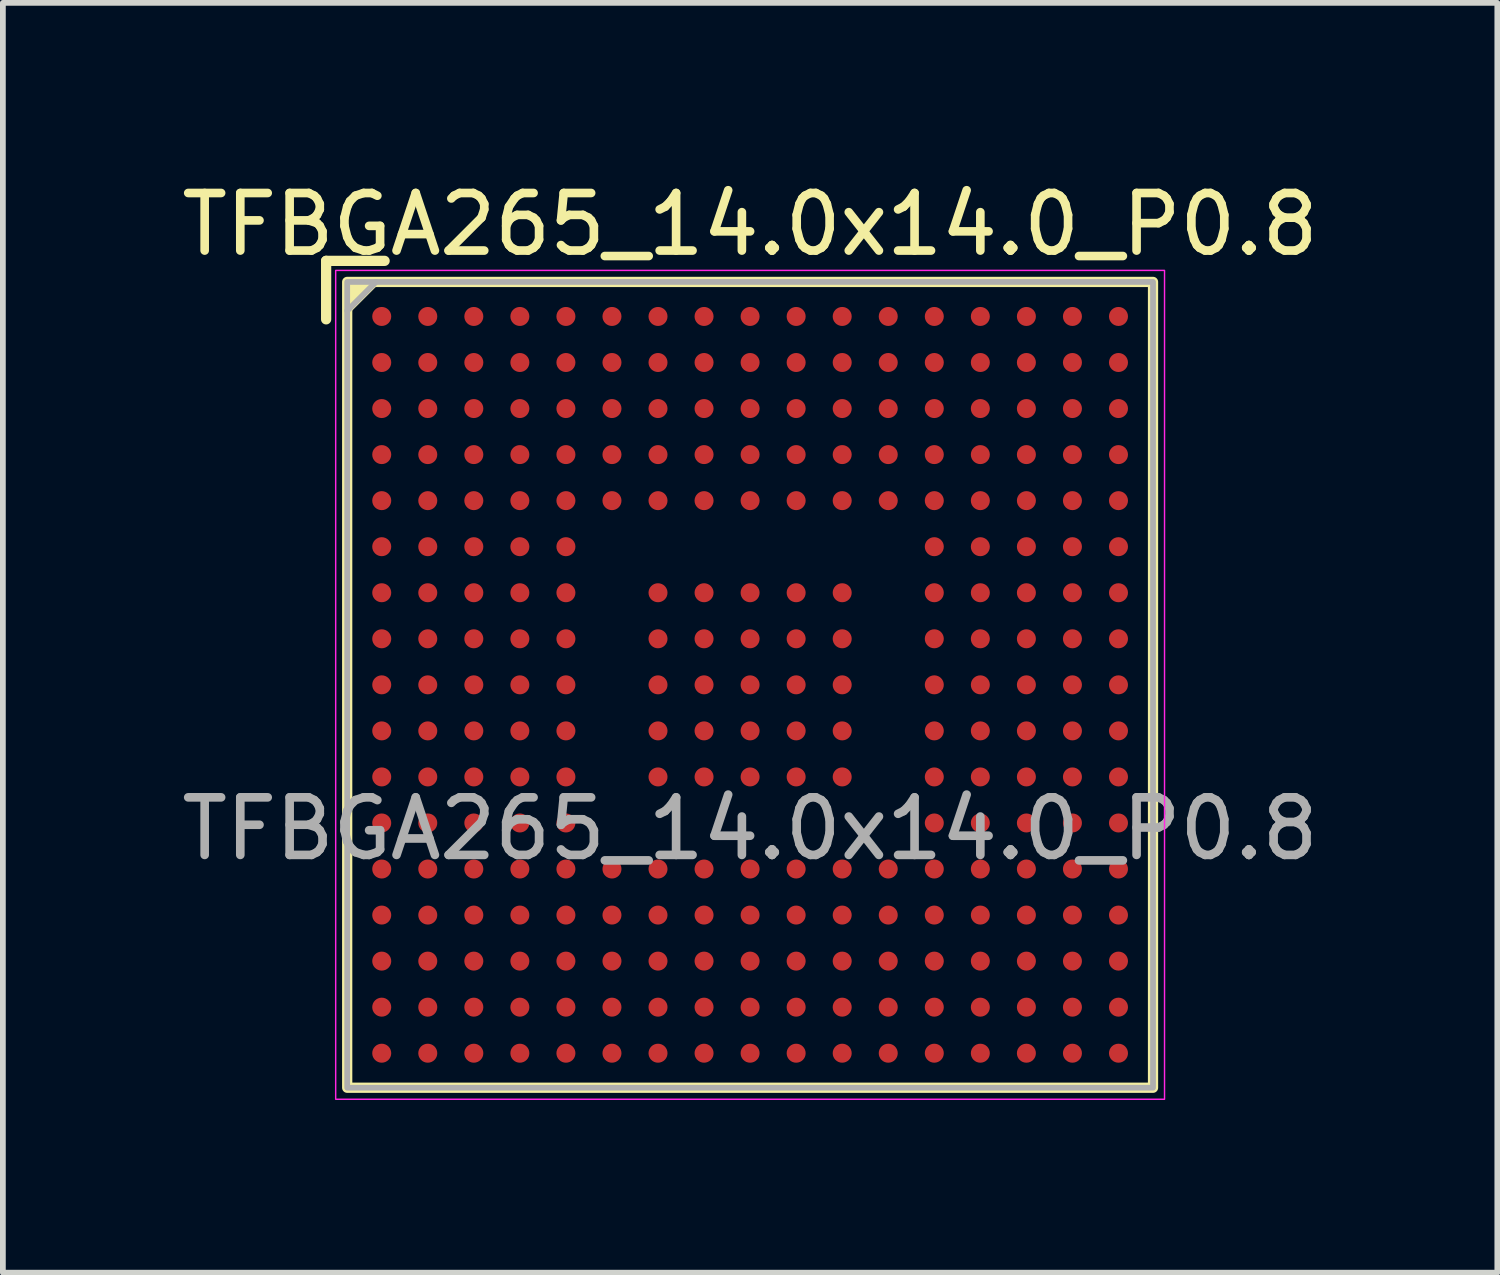
<source format=kicad_pcb>
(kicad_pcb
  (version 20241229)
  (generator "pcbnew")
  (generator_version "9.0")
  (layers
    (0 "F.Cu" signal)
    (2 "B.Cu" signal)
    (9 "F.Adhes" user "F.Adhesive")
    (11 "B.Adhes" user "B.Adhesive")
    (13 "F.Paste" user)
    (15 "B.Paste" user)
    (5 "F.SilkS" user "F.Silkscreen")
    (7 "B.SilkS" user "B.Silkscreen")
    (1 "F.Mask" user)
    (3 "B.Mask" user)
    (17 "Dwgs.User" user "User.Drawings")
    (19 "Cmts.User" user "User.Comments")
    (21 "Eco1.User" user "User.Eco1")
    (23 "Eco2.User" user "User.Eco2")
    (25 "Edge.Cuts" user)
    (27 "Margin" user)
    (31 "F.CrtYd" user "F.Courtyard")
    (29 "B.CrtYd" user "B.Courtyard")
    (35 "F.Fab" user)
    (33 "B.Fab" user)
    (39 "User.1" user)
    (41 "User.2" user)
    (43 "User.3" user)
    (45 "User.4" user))
  (footprint "TFBGA265_14.0x14.0_P0.8"
    (layer "F.Cu")
    (at 9.982 8.848)
    (property "Reference" "TFBGA265_14.0x14.0_P0.8" (at 0 -8 0) (unlocked yes) (layer "F.SilkS") (effects (font (size 1 1) (thickness 0.15))))
    (attr smd)
    (fp_line (start -7.366 -7.366) (end -6.35 -7.366) (stroke (width 0.178) (type solid)) (layer "F.SilkS"))
    (fp_line (start -7.366 -6.35) (end -7.366 -7.366) (stroke (width 0.178) (type solid)) (layer "F.SilkS"))
    (fp_rect (start -7 -7) (end 7 7) (stroke (width 0.178) (type solid)) (fill no) (layer "F.SilkS"))
    (fp_poly (pts (xy -7 -6.5) (xy -7 -7) (xy -6.5 -7)) (stroke (width 0.12) (type solid)) (fill yes) (layer "F.SilkS"))
    (fp_rect (start -7.2 -7.2) (end 7.2 7.2) (stroke (width 0.025) (type solid)) (fill no) (layer "F.CrtYd"))
    (fp_line (start -7 -6.5) (end -6.5 -7) (stroke (width 0.1) (type solid)) (layer "F.Fab"))
    (fp_rect (start -7 -7) (end 7 7) (stroke (width 0.1) (type solid)) (fill no) (layer "F.Fab"))
    (fp_text user "${REFERENCE}" (at 0 2.5 0) (unlocked yes) (layer "F.Fab") (effects (font (size 1 1) (thickness 0.15))))
    (pad "A1" smd circle (at -6.4 -6.4) (size 0.33 0.33) (layers "F.Cu" "F.Mask" "F.Paste"))
    (pad "A2" smd circle (at -5.6 -6.4) (size 0.33 0.33) (layers "F.Cu" "F.Mask" "F.Paste"))
    (pad "A3" smd circle (at -4.8 -6.4) (size 0.33 0.33) (layers "F.Cu" "F.Mask" "F.Paste"))
    (pad "A4" smd circle (at -4 -6.4) (size 0.33 0.33) (layers "F.Cu" "F.Mask" "F.Paste"))
    (pad "A5" smd circle (at -3.2 -6.4) (size 0.33 0.33) (layers "F.Cu" "F.Mask" "F.Paste"))
    (pad "A6" smd circle (at -2.4 -6.4) (size 0.33 0.33) (layers "F.Cu" "F.Mask" "F.Paste"))
    (pad "A7" smd circle (at -1.6 -6.4) (size 0.33 0.33) (layers "F.Cu" "F.Mask" "F.Paste"))
    (pad "A8" smd circle (at -0.8 -6.4) (size 0.33 0.33) (layers "F.Cu" "F.Mask" "F.Paste"))
    (pad "A9" smd circle (at 0 -6.4) (size 0.33 0.33) (layers "F.Cu" "F.Mask" "F.Paste"))
    (pad "A10" smd circle (at 0.8 -6.4) (size 0.33 0.33) (layers "F.Cu" "F.Mask" "F.Paste"))
    (pad "A11" smd circle (at 1.6 -6.4) (size 0.33 0.33) (layers "F.Cu" "F.Mask" "F.Paste"))
    (pad "A12" smd circle (at 2.4 -6.4) (size 0.33 0.33) (layers "F.Cu" "F.Mask" "F.Paste"))
    (pad "A13" smd circle (at 3.2 -6.4) (size 0.33 0.33) (layers "F.Cu" "F.Mask" "F.Paste"))
    (pad "A14" smd circle (at 4 -6.4) (size 0.33 0.33) (layers "F.Cu" "F.Mask" "F.Paste"))
    (pad "A15" smd circle (at 4.8 -6.4) (size 0.33 0.33) (layers "F.Cu" "F.Mask" "F.Paste"))
    (pad "A16" smd circle (at 5.6 -6.4) (size 0.33 0.33) (layers "F.Cu" "F.Mask" "F.Paste"))
    (pad "A17" smd circle (at 6.4 -6.4) (size 0.33 0.33) (layers "F.Cu" "F.Mask" "F.Paste"))
    (pad "B1" smd circle (at -6.4 -5.6) (size 0.33 0.33) (layers "F.Cu" "F.Mask" "F.Paste"))
    (pad "B2" smd circle (at -5.6 -5.6) (size 0.33 0.33) (layers "F.Cu" "F.Mask" "F.Paste"))
    (pad "B3" smd circle (at -4.8 -5.6) (size 0.33 0.33) (layers "F.Cu" "F.Mask" "F.Paste"))
    (pad "B4" smd circle (at -4 -5.6) (size 0.33 0.33) (layers "F.Cu" "F.Mask" "F.Paste"))
    (pad "B5" smd circle (at -3.2 -5.6) (size 0.33 0.33) (layers "F.Cu" "F.Mask" "F.Paste"))
    (pad "B6" smd circle (at -2.4 -5.6) (size 0.33 0.33) (layers "F.Cu" "F.Mask" "F.Paste"))
    (pad "B7" smd circle (at -1.6 -5.6) (size 0.33 0.33) (layers "F.Cu" "F.Mask" "F.Paste"))
    (pad "B8" smd circle (at -0.8 -5.6) (size 0.33 0.33) (layers "F.Cu" "F.Mask" "F.Paste"))
    (pad "B9" smd circle (at 0 -5.6) (size 0.33 0.33) (layers "F.Cu" "F.Mask" "F.Paste"))
    (pad "B10" smd circle (at 0.8 -5.6) (size 0.33 0.33) (layers "F.Cu" "F.Mask" "F.Paste"))
    (pad "B11" smd circle (at 1.6 -5.6) (size 0.33 0.33) (layers "F.Cu" "F.Mask" "F.Paste"))
    (pad "B12" smd circle (at 2.4 -5.6) (size 0.33 0.33) (layers "F.Cu" "F.Mask" "F.Paste"))
    (pad "B13" smd circle (at 3.2 -5.6) (size 0.33 0.33) (layers "F.Cu" "F.Mask" "F.Paste"))
    (pad "B14" smd circle (at 4 -5.6) (size 0.33 0.33) (layers "F.Cu" "F.Mask" "F.Paste"))
    (pad "B15" smd circle (at 4.8 -5.6) (size 0.33 0.33) (layers "F.Cu" "F.Mask" "F.Paste"))
    (pad "B16" smd circle (at 5.6 -5.6) (size 0.33 0.33) (layers "F.Cu" "F.Mask" "F.Paste"))
    (pad "B17" smd circle (at 6.4 -5.6) (size 0.33 0.33) (layers "F.Cu" "F.Mask" "F.Paste"))
    (pad "C1" smd circle (at -6.4 -4.8) (size 0.33 0.33) (layers "F.Cu" "F.Mask" "F.Paste"))
    (pad "C2" smd circle (at -5.6 -4.8) (size 0.33 0.33) (layers "F.Cu" "F.Mask" "F.Paste"))
    (pad "C3" smd circle (at -4.8 -4.8) (size 0.33 0.33) (layers "F.Cu" "F.Mask" "F.Paste"))
    (pad "C4" smd circle (at -4 -4.8) (size 0.33 0.33) (layers "F.Cu" "F.Mask" "F.Paste"))
    (pad "C5" smd circle (at -3.2 -4.8) (size 0.33 0.33) (layers "F.Cu" "F.Mask" "F.Paste"))
    (pad "C6" smd circle (at -2.4 -4.8) (size 0.33 0.33) (layers "F.Cu" "F.Mask" "F.Paste"))
    (pad "C7" smd circle (at -1.6 -4.8) (size 0.33 0.33) (layers "F.Cu" "F.Mask" "F.Paste"))
    (pad "C8" smd circle (at -0.8 -4.8) (size 0.33 0.33) (layers "F.Cu" "F.Mask" "F.Paste"))
    (pad "C9" smd circle (at 0 -4.8) (size 0.33 0.33) (layers "F.Cu" "F.Mask" "F.Paste"))
    (pad "C10" smd circle (at 0.8 -4.8) (size 0.33 0.33) (layers "F.Cu" "F.Mask" "F.Paste"))
    (pad "C11" smd circle (at 1.6 -4.8) (size 0.33 0.33) (layers "F.Cu" "F.Mask" "F.Paste"))
    (pad "C12" smd circle (at 2.4 -4.8) (size 0.33 0.33) (layers "F.Cu" "F.Mask" "F.Paste"))
    (pad "C13" smd circle (at 3.2 -4.8) (size 0.33 0.33) (layers "F.Cu" "F.Mask" "F.Paste"))
    (pad "C14" smd circle (at 4 -4.8) (size 0.33 0.33) (layers "F.Cu" "F.Mask" "F.Paste"))
    (pad "C15" smd circle (at 4.8 -4.8) (size 0.33 0.33) (layers "F.Cu" "F.Mask" "F.Paste"))
    (pad "C16" smd circle (at 5.6 -4.8) (size 0.33 0.33) (layers "F.Cu" "F.Mask" "F.Paste"))
    (pad "C17" smd circle (at 6.4 -4.8) (size 0.33 0.33) (layers "F.Cu" "F.Mask" "F.Paste"))
    (pad "D1" smd circle (at -6.4 -4) (size 0.33 0.33) (layers "F.Cu" "F.Mask" "F.Paste"))
    (pad "D2" smd circle (at -5.6 -4) (size 0.33 0.33) (layers "F.Cu" "F.Mask" "F.Paste"))
    (pad "D3" smd circle (at -4.8 -4) (size 0.33 0.33) (layers "F.Cu" "F.Mask" "F.Paste"))
    (pad "D4" smd circle (at -4 -4) (size 0.33 0.33) (layers "F.Cu" "F.Mask" "F.Paste"))
    (pad "D5" smd circle (at -3.2 -4) (size 0.33 0.33) (layers "F.Cu" "F.Mask" "F.Paste"))
    (pad "D6" smd circle (at -2.4 -4) (size 0.33 0.33) (layers "F.Cu" "F.Mask" "F.Paste"))
    (pad "D7" smd circle (at -1.6 -4) (size 0.33 0.33) (layers "F.Cu" "F.Mask" "F.Paste"))
    (pad "D8" smd circle (at -0.8 -4) (size 0.33 0.33) (layers "F.Cu" "F.Mask" "F.Paste"))
    (pad "D9" smd circle (at 0 -4) (size 0.33 0.33) (layers "F.Cu" "F.Mask" "F.Paste"))
    (pad "D10" smd circle (at 0.8 -4) (size 0.33 0.33) (layers "F.Cu" "F.Mask" "F.Paste"))
    (pad "D11" smd circle (at 1.6 -4) (size 0.33 0.33) (layers "F.Cu" "F.Mask" "F.Paste"))
    (pad "D12" smd circle (at 2.4 -4) (size 0.33 0.33) (layers "F.Cu" "F.Mask" "F.Paste"))
    (pad "D13" smd circle (at 3.2 -4) (size 0.33 0.33) (layers "F.Cu" "F.Mask" "F.Paste"))
    (pad "D14" smd circle (at 4 -4) (size 0.33 0.33) (layers "F.Cu" "F.Mask" "F.Paste"))
    (pad "D15" smd circle (at 4.8 -4) (size 0.33 0.33) (layers "F.Cu" "F.Mask" "F.Paste"))
    (pad "D16" smd circle (at 5.6 -4) (size 0.33 0.33) (layers "F.Cu" "F.Mask" "F.Paste"))
    (pad "D17" smd circle (at 6.4 -4) (size 0.33 0.33) (layers "F.Cu" "F.Mask" "F.Paste"))
    (pad "E1" smd circle (at -6.4 -3.2) (size 0.33 0.33) (layers "F.Cu" "F.Mask" "F.Paste"))
    (pad "E2" smd circle (at -5.6 -3.2) (size 0.33 0.33) (layers "F.Cu" "F.Mask" "F.Paste"))
    (pad "E3" smd circle (at -4.8 -3.2) (size 0.33 0.33) (layers "F.Cu" "F.Mask" "F.Paste"))
    (pad "E4" smd circle (at -4 -3.2) (size 0.33 0.33) (layers "F.Cu" "F.Mask" "F.Paste"))
    (pad "E5" smd circle (at -3.2 -3.2) (size 0.33 0.33) (layers "F.Cu" "F.Mask" "F.Paste"))
    (pad "E6" smd circle (at -2.4 -3.2) (size 0.33 0.33) (layers "F.Cu" "F.Mask" "F.Paste"))
    (pad "E7" smd circle (at -1.6 -3.2) (size 0.33 0.33) (layers "F.Cu" "F.Mask" "F.Paste"))
    (pad "E8" smd circle (at -0.8 -3.2) (size 0.33 0.33) (layers "F.Cu" "F.Mask" "F.Paste"))
    (pad "E9" smd circle (at 0 -3.2) (size 0.33 0.33) (layers "F.Cu" "F.Mask" "F.Paste"))
    (pad "E10" smd circle (at 0.8 -3.2) (size 0.33 0.33) (layers "F.Cu" "F.Mask" "F.Paste"))
    (pad "E11" smd circle (at 1.6 -3.2) (size 0.33 0.33) (layers "F.Cu" "F.Mask" "F.Paste"))
    (pad "E12" smd circle (at 2.4 -3.2) (size 0.33 0.33) (layers "F.Cu" "F.Mask" "F.Paste"))
    (pad "E13" smd circle (at 3.2 -3.2) (size 0.33 0.33) (layers "F.Cu" "F.Mask" "F.Paste"))
    (pad "E14" smd circle (at 4 -3.2) (size 0.33 0.33) (layers "F.Cu" "F.Mask" "F.Paste"))
    (pad "E15" smd circle (at 4.8 -3.2) (size 0.33 0.33) (layers "F.Cu" "F.Mask" "F.Paste"))
    (pad "E16" smd circle (at 5.6 -3.2) (size 0.33 0.33) (layers "F.Cu" "F.Mask" "F.Paste"))
    (pad "E17" smd circle (at 6.4 -3.2) (size 0.33 0.33) (layers "F.Cu" "F.Mask" "F.Paste"))
    (pad "F1" smd circle (at -6.4 -2.4) (size 0.33 0.33) (layers "F.Cu" "F.Mask" "F.Paste"))
    (pad "F2" smd circle (at -5.6 -2.4) (size 0.33 0.33) (layers "F.Cu" "F.Mask" "F.Paste"))
    (pad "F3" smd circle (at -4.8 -2.4) (size 0.33 0.33) (layers "F.Cu" "F.Mask" "F.Paste"))
    (pad "F4" smd circle (at -4 -2.4) (size 0.33 0.33) (layers "F.Cu" "F.Mask" "F.Paste"))
    (pad "F5" smd circle (at -3.2 -2.4) (size 0.33 0.33) (layers "F.Cu" "F.Mask" "F.Paste"))
    (pad "F13" smd circle (at 3.2 -2.4) (size 0.33 0.33) (layers "F.Cu" "F.Mask" "F.Paste"))
    (pad "F14" smd circle (at 4 -2.4) (size 0.33 0.33) (layers "F.Cu" "F.Mask" "F.Paste"))
    (pad "F15" smd circle (at 4.8 -2.4) (size 0.33 0.33) (layers "F.Cu" "F.Mask" "F.Paste"))
    (pad "F16" smd circle (at 5.6 -2.4) (size 0.33 0.33) (layers "F.Cu" "F.Mask" "F.Paste"))
    (pad "F17" smd circle (at 6.4 -2.4) (size 0.33 0.33) (layers "F.Cu" "F.Mask" "F.Paste"))
    (pad "G1" smd circle (at -6.4 -1.6) (size 0.33 0.33) (layers "F.Cu" "F.Mask" "F.Paste"))
    (pad "G2" smd circle (at -5.6 -1.6) (size 0.33 0.33) (layers "F.Cu" "F.Mask" "F.Paste"))
    (pad "G3" smd circle (at -4.8 -1.6) (size 0.33 0.33) (layers "F.Cu" "F.Mask" "F.Paste"))
    (pad "G4" smd circle (at -4 -1.6) (size 0.33 0.33) (layers "F.Cu" "F.Mask" "F.Paste"))
    (pad "G5" smd circle (at -3.2 -1.6) (size 0.33 0.33) (layers "F.Cu" "F.Mask" "F.Paste"))
    (pad "G7" smd circle (at -1.6 -1.6) (size 0.33 0.33) (layers "F.Cu" "F.Mask" "F.Paste"))
    (pad "G8" smd circle (at -0.8 -1.6) (size 0.33 0.33) (layers "F.Cu" "F.Mask" "F.Paste"))
    (pad "G9" smd circle (at 0 -1.6) (size 0.33 0.33) (layers "F.Cu" "F.Mask" "F.Paste"))
    (pad "G10" smd circle (at 0.8 -1.6) (size 0.33 0.33) (layers "F.Cu" "F.Mask" "F.Paste"))
    (pad "G11" smd circle (at 1.6 -1.6) (size 0.33 0.33) (layers "F.Cu" "F.Mask" "F.Paste"))
    (pad "G13" smd circle (at 3.2 -1.6) (size 0.33 0.33) (layers "F.Cu" "F.Mask" "F.Paste"))
    (pad "G14" smd circle (at 4 -1.6) (size 0.33 0.33) (layers "F.Cu" "F.Mask" "F.Paste"))
    (pad "G15" smd circle (at 4.8 -1.6) (size 0.33 0.33) (layers "F.Cu" "F.Mask" "F.Paste"))
    (pad "G16" smd circle (at 5.6 -1.6) (size 0.33 0.33) (layers "F.Cu" "F.Mask" "F.Paste"))
    (pad "G17" smd circle (at 6.4 -1.6) (size 0.33 0.33) (layers "F.Cu" "F.Mask" "F.Paste"))
    (pad "H1" smd circle (at -6.4 -0.8) (size 0.33 0.33) (layers "F.Cu" "F.Mask" "F.Paste"))
    (pad "H2" smd circle (at -5.6 -0.8) (size 0.33 0.33) (layers "F.Cu" "F.Mask" "F.Paste"))
    (pad "H3" smd circle (at -4.8 -0.8) (size 0.33 0.33) (layers "F.Cu" "F.Mask" "F.Paste"))
    (pad "H4" smd circle (at -4 -0.8) (size 0.33 0.33) (layers "F.Cu" "F.Mask" "F.Paste"))
    (pad "H5" smd circle (at -3.2 -0.8) (size 0.33 0.33) (layers "F.Cu" "F.Mask" "F.Paste"))
    (pad "H7" smd circle (at -1.6 -0.8) (size 0.33 0.33) (layers "F.Cu" "F.Mask" "F.Paste"))
    (pad "H8" smd circle (at -0.8 -0.8) (size 0.33 0.33) (layers "F.Cu" "F.Mask" "F.Paste"))
    (pad "H9" smd circle (at 0 -0.8) (size 0.33 0.33) (layers "F.Cu" "F.Mask" "F.Paste"))
    (pad "H10" smd circle (at 0.8 -0.8) (size 0.33 0.33) (layers "F.Cu" "F.Mask" "F.Paste"))
    (pad "H11" smd circle (at 1.6 -0.8) (size 0.33 0.33) (layers "F.Cu" "F.Mask" "F.Paste"))
    (pad "H13" smd circle (at 3.2 -0.8) (size 0.33 0.33) (layers "F.Cu" "F.Mask" "F.Paste"))
    (pad "H14" smd circle (at 4 -0.8) (size 0.33 0.33) (layers "F.Cu" "F.Mask" "F.Paste"))
    (pad "H15" smd circle (at 4.8 -0.8) (size 0.33 0.33) (layers "F.Cu" "F.Mask" "F.Paste"))
    (pad "H16" smd circle (at 5.6 -0.8) (size 0.33 0.33) (layers "F.Cu" "F.Mask" "F.Paste"))
    (pad "H17" smd circle (at 6.4 -0.8) (size 0.33 0.33) (layers "F.Cu" "F.Mask" "F.Paste"))
    (pad "J1" smd circle (at -6.4 0) (size 0.33 0.33) (layers "F.Cu" "F.Mask" "F.Paste"))
    (pad "J2" smd circle (at -5.6 0) (size 0.33 0.33) (layers "F.Cu" "F.Mask" "F.Paste"))
    (pad "J3" smd circle (at -4.8 0) (size 0.33 0.33) (layers "F.Cu" "F.Mask" "F.Paste"))
    (pad "J4" smd circle (at -4 0) (size 0.33 0.33) (layers "F.Cu" "F.Mask" "F.Paste"))
    (pad "J5" smd circle (at -3.2 0) (size 0.33 0.33) (layers "F.Cu" "F.Mask" "F.Paste"))
    (pad "J7" smd circle (at -1.6 0) (size 0.33 0.33) (layers "F.Cu" "F.Mask" "F.Paste"))
    (pad "J8" smd circle (at -0.8 0) (size 0.33 0.33) (layers "F.Cu" "F.Mask" "F.Paste"))
    (pad "J9" smd circle (at 0 0) (size 0.33 0.33) (layers "F.Cu" "F.Mask" "F.Paste"))
    (pad "J10" smd circle (at 0.8 0) (size 0.33 0.33) (layers "F.Cu" "F.Mask" "F.Paste"))
    (pad "J11" smd circle (at 1.6 0) (size 0.33 0.33) (layers "F.Cu" "F.Mask" "F.Paste"))
    (pad "J13" smd circle (at 3.2 0) (size 0.33 0.33) (layers "F.Cu" "F.Mask" "F.Paste"))
    (pad "J14" smd circle (at 4 0) (size 0.33 0.33) (layers "F.Cu" "F.Mask" "F.Paste"))
    (pad "J15" smd circle (at 4.8 0) (size 0.33 0.33) (layers "F.Cu" "F.Mask" "F.Paste"))
    (pad "J16" smd circle (at 5.6 0) (size 0.33 0.33) (layers "F.Cu" "F.Mask" "F.Paste"))
    (pad "J17" smd circle (at 6.4 0) (size 0.33 0.33) (layers "F.Cu" "F.Mask" "F.Paste"))
    (pad "K1" smd circle (at -6.4 0.8) (size 0.33 0.33) (layers "F.Cu" "F.Mask" "F.Paste"))
    (pad "K2" smd circle (at -5.6 0.8) (size 0.33 0.33) (layers "F.Cu" "F.Mask" "F.Paste"))
    (pad "K3" smd circle (at -4.8 0.8) (size 0.33 0.33) (layers "F.Cu" "F.Mask" "F.Paste"))
    (pad "K4" smd circle (at -4 0.8) (size 0.33 0.33) (layers "F.Cu" "F.Mask" "F.Paste"))
    (pad "K5" smd circle (at -3.2 0.8) (size 0.33 0.33) (layers "F.Cu" "F.Mask" "F.Paste"))
    (pad "K7" smd circle (at -1.6 0.8) (size 0.33 0.33) (layers "F.Cu" "F.Mask" "F.Paste"))
    (pad "K8" smd circle (at -0.8 0.8) (size 0.33 0.33) (layers "F.Cu" "F.Mask" "F.Paste"))
    (pad "K9" smd circle (at 0 0.8) (size 0.33 0.33) (layers "F.Cu" "F.Mask" "F.Paste"))
    (pad "K10" smd circle (at 0.8 0.8) (size 0.33 0.33) (layers "F.Cu" "F.Mask" "F.Paste"))
    (pad "K11" smd circle (at 1.6 0.8) (size 0.33 0.33) (layers "F.Cu" "F.Mask" "F.Paste"))
    (pad "K13" smd circle (at 3.2 0.8) (size 0.33 0.33) (layers "F.Cu" "F.Mask" "F.Paste"))
    (pad "K14" smd circle (at 4 0.8) (size 0.33 0.33) (layers "F.Cu" "F.Mask" "F.Paste"))
    (pad "K15" smd circle (at 4.8 0.8) (size 0.33 0.33) (layers "F.Cu" "F.Mask" "F.Paste"))
    (pad "K16" smd circle (at 5.6 0.8) (size 0.33 0.33) (layers "F.Cu" "F.Mask" "F.Paste"))
    (pad "K17" smd circle (at 6.4 0.8) (size 0.33 0.33) (layers "F.Cu" "F.Mask" "F.Paste"))
    (pad "L1" smd circle (at -6.4 1.6) (size 0.33 0.33) (layers "F.Cu" "F.Mask" "F.Paste"))
    (pad "L2" smd circle (at -5.6 1.6) (size 0.33 0.33) (layers "F.Cu" "F.Mask" "F.Paste"))
    (pad "L3" smd circle (at -4.8 1.6) (size 0.33 0.33) (layers "F.Cu" "F.Mask" "F.Paste"))
    (pad "L4" smd circle (at -4 1.6) (size 0.33 0.33) (layers "F.Cu" "F.Mask" "F.Paste"))
    (pad "L5" smd circle (at -3.2 1.6) (size 0.33 0.33) (layers "F.Cu" "F.Mask" "F.Paste"))
    (pad "L7" smd circle (at -1.6 1.6) (size 0.33 0.33) (layers "F.Cu" "F.Mask" "F.Paste"))
    (pad "L8" smd circle (at -0.8 1.6) (size 0.33 0.33) (layers "F.Cu" "F.Mask" "F.Paste"))
    (pad "L9" smd circle (at 0 1.6) (size 0.33 0.33) (layers "F.Cu" "F.Mask" "F.Paste"))
    (pad "L10" smd circle (at 0.8 1.6) (size 0.33 0.33) (layers "F.Cu" "F.Mask" "F.Paste"))
    (pad "L11" smd circle (at 1.6 1.6) (size 0.33 0.33) (layers "F.Cu" "F.Mask" "F.Paste"))
    (pad "L13" smd circle (at 3.2 1.6) (size 0.33 0.33) (layers "F.Cu" "F.Mask" "F.Paste"))
    (pad "L14" smd circle (at 4 1.6) (size 0.33 0.33) (layers "F.Cu" "F.Mask" "F.Paste"))
    (pad "L15" smd circle (at 4.8 1.6) (size 0.33 0.33) (layers "F.Cu" "F.Mask" "F.Paste"))
    (pad "L16" smd circle (at 5.6 1.6) (size 0.33 0.33) (layers "F.Cu" "F.Mask" "F.Paste"))
    (pad "L17" smd circle (at 6.4 1.6) (size 0.33 0.33) (layers "F.Cu" "F.Mask" "F.Paste"))
    (pad "M1" smd circle (at -6.4 2.4) (size 0.33 0.33) (layers "F.Cu" "F.Mask" "F.Paste"))
    (pad "M2" smd circle (at -5.6 2.4) (size 0.33 0.33) (layers "F.Cu" "F.Mask" "F.Paste"))
    (pad "M3" smd circle (at -4.8 2.4) (size 0.33 0.33) (layers "F.Cu" "F.Mask" "F.Paste"))
    (pad "M4" smd circle (at -4 2.4) (size 0.33 0.33) (layers "F.Cu" "F.Mask" "F.Paste"))
    (pad "M5" smd circle (at -3.2 2.4) (size 0.33 0.33) (layers "F.Cu" "F.Mask" "F.Paste"))
    (pad "M13" smd circle (at 3.2 2.4) (size 0.33 0.33) (layers "F.Cu" "F.Mask" "F.Paste"))
    (pad "M14" smd circle (at 4 2.4) (size 0.33 0.33) (layers "F.Cu" "F.Mask" "F.Paste"))
    (pad "M15" smd circle (at 4.8 2.4) (size 0.33 0.33) (layers "F.Cu" "F.Mask" "F.Paste"))
    (pad "M16" smd circle (at 5.6 2.4) (size 0.33 0.33) (layers "F.Cu" "F.Mask" "F.Paste"))
    (pad "M17" smd circle (at 6.4 2.4) (size 0.33 0.33) (layers "F.Cu" "F.Mask" "F.Paste"))
    (pad "N1" smd circle (at -6.4 3.2) (size 0.33 0.33) (layers "F.Cu" "F.Mask" "F.Paste"))
    (pad "N2" smd circle (at -5.6 3.2) (size 0.33 0.33) (layers "F.Cu" "F.Mask" "F.Paste"))
    (pad "N3" smd circle (at -4.8 3.2) (size 0.33 0.33) (layers "F.Cu" "F.Mask" "F.Paste"))
    (pad "N4" smd circle (at -4 3.2) (size 0.33 0.33) (layers "F.Cu" "F.Mask" "F.Paste"))
    (pad "N5" smd circle (at -3.2 3.2) (size 0.33 0.33) (layers "F.Cu" "F.Mask" "F.Paste"))
    (pad "N6" smd circle (at -2.4 3.2) (size 0.33 0.33) (layers "F.Cu" "F.Mask" "F.Paste"))
    (pad "N7" smd circle (at -1.6 3.2) (size 0.33 0.33) (layers "F.Cu" "F.Mask" "F.Paste"))
    (pad "N8" smd circle (at -0.8 3.2) (size 0.33 0.33) (layers "F.Cu" "F.Mask" "F.Paste"))
    (pad "N9" smd circle (at 0 3.2) (size 0.33 0.33) (layers "F.Cu" "F.Mask" "F.Paste"))
    (pad "N10" smd circle (at 0.8 3.2) (size 0.33 0.33) (layers "F.Cu" "F.Mask" "F.Paste"))
    (pad "N11" smd circle (at 1.6 3.2) (size 0.33 0.33) (layers "F.Cu" "F.Mask" "F.Paste"))
    (pad "N12" smd circle (at 2.4 3.2) (size 0.33 0.33) (layers "F.Cu" "F.Mask" "F.Paste"))
    (pad "N13" smd circle (at 3.2 3.2) (size 0.33 0.33) (layers "F.Cu" "F.Mask" "F.Paste"))
    (pad "N14" smd circle (at 4 3.2) (size 0.33 0.33) (layers "F.Cu" "F.Mask" "F.Paste"))
    (pad "N15" smd circle (at 4.8 3.2) (size 0.33 0.33) (layers "F.Cu" "F.Mask" "F.Paste"))
    (pad "N16" smd circle (at 5.6 3.2) (size 0.33 0.33) (layers "F.Cu" "F.Mask" "F.Paste"))
    (pad "N17" smd circle (at 6.4 3.2) (size 0.33 0.33) (layers "F.Cu" "F.Mask" "F.Paste"))
    (pad "P1" smd circle (at -6.4 4) (size 0.33 0.33) (layers "F.Cu" "F.Mask" "F.Paste"))
    (pad "P2" smd circle (at -5.6 4) (size 0.33 0.33) (layers "F.Cu" "F.Mask" "F.Paste"))
    (pad "P3" smd circle (at -4.8 4) (size 0.33 0.33) (layers "F.Cu" "F.Mask" "F.Paste"))
    (pad "P4" smd circle (at -4 4) (size 0.33 0.33) (layers "F.Cu" "F.Mask" "F.Paste"))
    (pad "P5" smd circle (at -3.2 4) (size 0.33 0.33) (layers "F.Cu" "F.Mask" "F.Paste"))
    (pad "P6" smd circle (at -2.4 4) (size 0.33 0.33) (layers "F.Cu" "F.Mask" "F.Paste"))
    (pad "P7" smd circle (at -1.6 4) (size 0.33 0.33) (layers "F.Cu" "F.Mask" "F.Paste"))
    (pad "P8" smd circle (at -0.8 4) (size 0.33 0.33) (layers "F.Cu" "F.Mask" "F.Paste"))
    (pad "P9" smd circle (at 0 4) (size 0.33 0.33) (layers "F.Cu" "F.Mask" "F.Paste"))
    (pad "P10" smd circle (at 0.8 4) (size 0.33 0.33) (layers "F.Cu" "F.Mask" "F.Paste"))
    (pad "P11" smd circle (at 1.6 4) (size 0.33 0.33) (layers "F.Cu" "F.Mask" "F.Paste"))
    (pad "P12" smd circle (at 2.4 4) (size 0.33 0.33) (layers "F.Cu" "F.Mask" "F.Paste"))
    (pad "P13" smd circle (at 3.2 4) (size 0.33 0.33) (layers "F.Cu" "F.Mask" "F.Paste"))
    (pad "P14" smd circle (at 4 4) (size 0.33 0.33) (layers "F.Cu" "F.Mask" "F.Paste"))
    (pad "P15" smd circle (at 4.8 4) (size 0.33 0.33) (layers "F.Cu" "F.Mask" "F.Paste"))
    (pad "P16" smd circle (at 5.6 4) (size 0.33 0.33) (layers "F.Cu" "F.Mask" "F.Paste"))
    (pad "P17" smd circle (at 6.4 4) (size 0.33 0.33) (layers "F.Cu" "F.Mask" "F.Paste"))
    (pad "R1" smd circle (at -6.4 4.8) (size 0.33 0.33) (layers "F.Cu" "F.Mask" "F.Paste"))
    (pad "R2" smd circle (at -5.6 4.8) (size 0.33 0.33) (layers "F.Cu" "F.Mask" "F.Paste"))
    (pad "R3" smd circle (at -4.8 4.8) (size 0.33 0.33) (layers "F.Cu" "F.Mask" "F.Paste"))
    (pad "R4" smd circle (at -4 4.8) (size 0.33 0.33) (layers "F.Cu" "F.Mask" "F.Paste"))
    (pad "R5" smd circle (at -3.2 4.8) (size 0.33 0.33) (layers "F.Cu" "F.Mask" "F.Paste"))
    (pad "R6" smd circle (at -2.4 4.8) (size 0.33 0.33) (layers "F.Cu" "F.Mask" "F.Paste"))
    (pad "R7" smd circle (at -1.6 4.8) (size 0.33 0.33) (layers "F.Cu" "F.Mask" "F.Paste"))
    (pad "R8" smd circle (at -0.8 4.8) (size 0.33 0.33) (layers "F.Cu" "F.Mask" "F.Paste"))
    (pad "R9" smd circle (at 0 4.8) (size 0.33 0.33) (layers "F.Cu" "F.Mask" "F.Paste"))
    (pad "R10" smd circle (at 0.8 4.8) (size 0.33 0.33) (layers "F.Cu" "F.Mask" "F.Paste"))
    (pad "R11" smd circle (at 1.6 4.8) (size 0.33 0.33) (layers "F.Cu" "F.Mask" "F.Paste"))
    (pad "R12" smd circle (at 2.4 4.8) (size 0.33 0.33) (layers "F.Cu" "F.Mask" "F.Paste"))
    (pad "R13" smd circle (at 3.2 4.8) (size 0.33 0.33) (layers "F.Cu" "F.Mask" "F.Paste"))
    (pad "R14" smd circle (at 4 4.8) (size 0.33 0.33) (layers "F.Cu" "F.Mask" "F.Paste"))
    (pad "R15" smd circle (at 4.8 4.8) (size 0.33 0.33) (layers "F.Cu" "F.Mask" "F.Paste"))
    (pad "R16" smd circle (at 5.6 4.8) (size 0.33 0.33) (layers "F.Cu" "F.Mask" "F.Paste"))
    (pad "R17" smd circle (at 6.4 4.8) (size 0.33 0.33) (layers "F.Cu" "F.Mask" "F.Paste"))
    (pad "T1" smd circle (at -6.4 5.6) (size 0.33 0.33) (layers "F.Cu" "F.Mask" "F.Paste"))
    (pad "T2" smd circle (at -5.6 5.6) (size 0.33 0.33) (layers "F.Cu" "F.Mask" "F.Paste"))
    (pad "T3" smd circle (at -4.8 5.6) (size 0.33 0.33) (layers "F.Cu" "F.Mask" "F.Paste"))
    (pad "T4" smd circle (at -4 5.6) (size 0.33 0.33) (layers "F.Cu" "F.Mask" "F.Paste"))
    (pad "T5" smd circle (at -3.2 5.6) (size 0.33 0.33) (layers "F.Cu" "F.Mask" "F.Paste"))
    (pad "T6" smd circle (at -2.4 5.6) (size 0.33 0.33) (layers "F.Cu" "F.Mask" "F.Paste"))
    (pad "T7" smd circle (at -1.6 5.6) (size 0.33 0.33) (layers "F.Cu" "F.Mask" "F.Paste"))
    (pad "T8" smd circle (at -0.8 5.6) (size 0.33 0.33) (layers "F.Cu" "F.Mask" "F.Paste"))
    (pad "T9" smd circle (at 0 5.6) (size 0.33 0.33) (layers "F.Cu" "F.Mask" "F.Paste"))
    (pad "T10" smd circle (at 0.8 5.6) (size 0.33 0.33) (layers "F.Cu" "F.Mask" "F.Paste"))
    (pad "T11" smd circle (at 1.6 5.6) (size 0.33 0.33) (layers "F.Cu" "F.Mask" "F.Paste"))
    (pad "T12" smd circle (at 2.4 5.6) (size 0.33 0.33) (layers "F.Cu" "F.Mask" "F.Paste"))
    (pad "T13" smd circle (at 3.2 5.6) (size 0.33 0.33) (layers "F.Cu" "F.Mask" "F.Paste"))
    (pad "T14" smd circle (at 4 5.6) (size 0.33 0.33) (layers "F.Cu" "F.Mask" "F.Paste"))
    (pad "T15" smd circle (at 4.8 5.6) (size 0.33 0.33) (layers "F.Cu" "F.Mask" "F.Paste"))
    (pad "T16" smd circle (at 5.6 5.6) (size 0.33 0.33) (layers "F.Cu" "F.Mask" "F.Paste"))
    (pad "T17" smd circle (at 6.4 5.6) (size 0.33 0.33) (layers "F.Cu" "F.Mask" "F.Paste"))
    (pad "U1" smd circle (at -6.4 6.4) (size 0.33 0.33) (layers "F.Cu" "F.Mask" "F.Paste"))
    (pad "U2" smd circle (at -5.6 6.4) (size 0.33 0.33) (layers "F.Cu" "F.Mask" "F.Paste"))
    (pad "U3" smd circle (at -4.8 6.4) (size 0.33 0.33) (layers "F.Cu" "F.Mask" "F.Paste"))
    (pad "U4" smd circle (at -4 6.4) (size 0.33 0.33) (layers "F.Cu" "F.Mask" "F.Paste"))
    (pad "U5" smd circle (at -3.2 6.4) (size 0.33 0.33) (layers "F.Cu" "F.Mask" "F.Paste"))
    (pad "U6" smd circle (at -2.4 6.4) (size 0.33 0.33) (layers "F.Cu" "F.Mask" "F.Paste"))
    (pad "U7" smd circle (at -1.6 6.4) (size 0.33 0.33) (layers "F.Cu" "F.Mask" "F.Paste"))
    (pad "U8" smd circle (at -0.8 6.4) (size 0.33 0.33) (layers "F.Cu" "F.Mask" "F.Paste"))
    (pad "U9" smd circle (at 0 6.4) (size 0.33 0.33) (layers "F.Cu" "F.Mask" "F.Paste"))
    (pad "U10" smd circle (at 0.8 6.4) (size 0.33 0.33) (layers "F.Cu" "F.Mask" "F.Paste"))
    (pad "U11" smd circle (at 1.6 6.4) (size 0.33 0.33) (layers "F.Cu" "F.Mask" "F.Paste"))
    (pad "U12" smd circle (at 2.4 6.4) (size 0.33 0.33) (layers "F.Cu" "F.Mask" "F.Paste"))
    (pad "U13" smd circle (at 3.2 6.4) (size 0.33 0.33) (layers "F.Cu" "F.Mask" "F.Paste"))
    (pad "U14" smd circle (at 4 6.4) (size 0.33 0.33) (layers "F.Cu" "F.Mask" "F.Paste"))
    (pad "U15" smd circle (at 4.8 6.4) (size 0.33 0.33) (layers "F.Cu" "F.Mask" "F.Paste"))
    (pad "U16" smd circle (at 5.6 6.4) (size 0.33 0.33) (layers "F.Cu" "F.Mask" "F.Paste"))
    (pad "U17" smd circle (at 6.4 6.4) (size 0.33 0.33) (layers "F.Cu" "F.Mask" "F.Paste")))
  (gr_rect
    (start -3 -3)
    (end 22.964 19.061)
    (stroke (width 0.1) (type default))
    (fill no)
    (layer "Edge.Cuts")))
</source>
